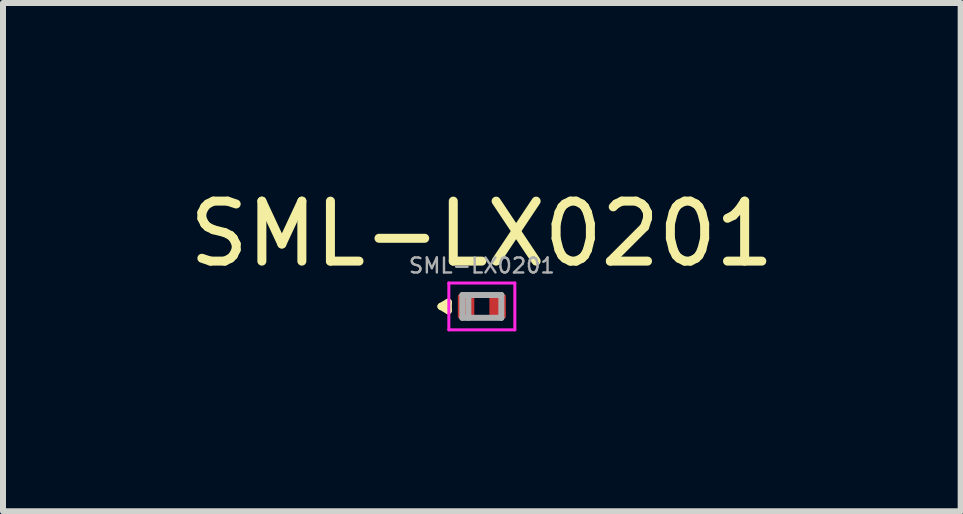
<source format=kicad_pcb>
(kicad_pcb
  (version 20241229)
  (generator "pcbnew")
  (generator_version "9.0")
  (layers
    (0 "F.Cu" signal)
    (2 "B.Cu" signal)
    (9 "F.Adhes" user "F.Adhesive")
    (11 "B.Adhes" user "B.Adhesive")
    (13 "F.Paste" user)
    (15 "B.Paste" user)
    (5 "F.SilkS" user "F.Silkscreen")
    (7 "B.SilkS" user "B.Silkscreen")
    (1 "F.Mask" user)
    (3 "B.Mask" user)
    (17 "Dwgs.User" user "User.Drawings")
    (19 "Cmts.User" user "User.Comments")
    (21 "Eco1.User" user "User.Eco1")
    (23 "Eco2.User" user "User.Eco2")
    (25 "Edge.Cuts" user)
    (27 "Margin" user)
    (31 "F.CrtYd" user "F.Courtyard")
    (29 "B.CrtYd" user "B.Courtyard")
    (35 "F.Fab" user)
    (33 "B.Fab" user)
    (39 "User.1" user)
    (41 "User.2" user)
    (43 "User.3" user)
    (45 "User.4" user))
  (footprint "SML-LX0201"
    (layer "F.Cu")
    (at 4.982 2.058)
    (property "Reference" "SML-LX0201" (at 0 -1.21 0) (layer "F.SilkS") (effects (font (size 1 1) (thickness 0.15))))
    (attr smd)
    (fp_line (start -0.68 0) (end -0.56 -0.07) (stroke (width 0.12) (type solid)) (layer "F.SilkS"))
    (fp_line (start -0.56 -0.07) (end -0.56 0.07) (stroke (width 0.12) (type solid)) (layer "F.SilkS"))
    (fp_line (start -0.56 0.07) (end -0.68 0) (stroke (width 0.12) (type solid)) (layer "F.SilkS"))
    (fp_line (start -0.55 -0.39) (end -0.55 0.39) (stroke (width 0.05) (type solid)) (layer "F.CrtYd"))
    (fp_line (start -0.55 0.39) (end 0.55 0.39) (stroke (width 0.05) (type solid)) (layer "F.CrtYd"))
    (fp_line (start 0.55 -0.39) (end -0.55 -0.39) (stroke (width 0.05) (type solid)) (layer "F.CrtYd"))
    (fp_line (start 0.55 0.39) (end 0.55 -0.39) (stroke (width 0.05) (type solid)) (layer "F.CrtYd"))
    (fp_line (start -0.325 -0.19) (end -0.325 0.19) (stroke (width 0.1) (type solid)) (layer "F.Fab"))
    (fp_line (start -0.325 0.19) (end 0.325 0.19) (stroke (width 0.1) (type solid)) (layer "F.Fab"))
    (fp_line (start -0.225 -0.19) (end -0.225 0.19) (stroke (width 0.1) (type solid)) (layer "F.Fab"))
    (fp_line (start 0.325 -0.19) (end -0.325 -0.19) (stroke (width 0.1) (type solid)) (layer "F.Fab"))
    (fp_line (start 0.325 0.19) (end 0.325 -0.19) (stroke (width 0.1) (type solid)) (layer "F.Fab"))
    (fp_text user "${REFERENCE}" (at 0 -0.68 0) (layer "F.Fab") (effects (font (size 0.25 0.25) (thickness 0.04))))
    (pad "1" smd roundrect (at -0.263 0) (size 0.275 0.4) (layers "F.Cu" "F.Mask" "F.Paste") (roundrect_rratio 0.1))
    (pad "2" smd roundrect (at 0.263 0) (size 0.275 0.4) (layers "F.Cu" "F.Mask" "F.Paste") (roundrect_rratio 0.1)))
  (gr_rect
    (start -3 -3)
    (end 12.964 5.473)
    (stroke (width 0.1) (type default))
    (fill no)
    (layer "Edge.Cuts")))
</source>
